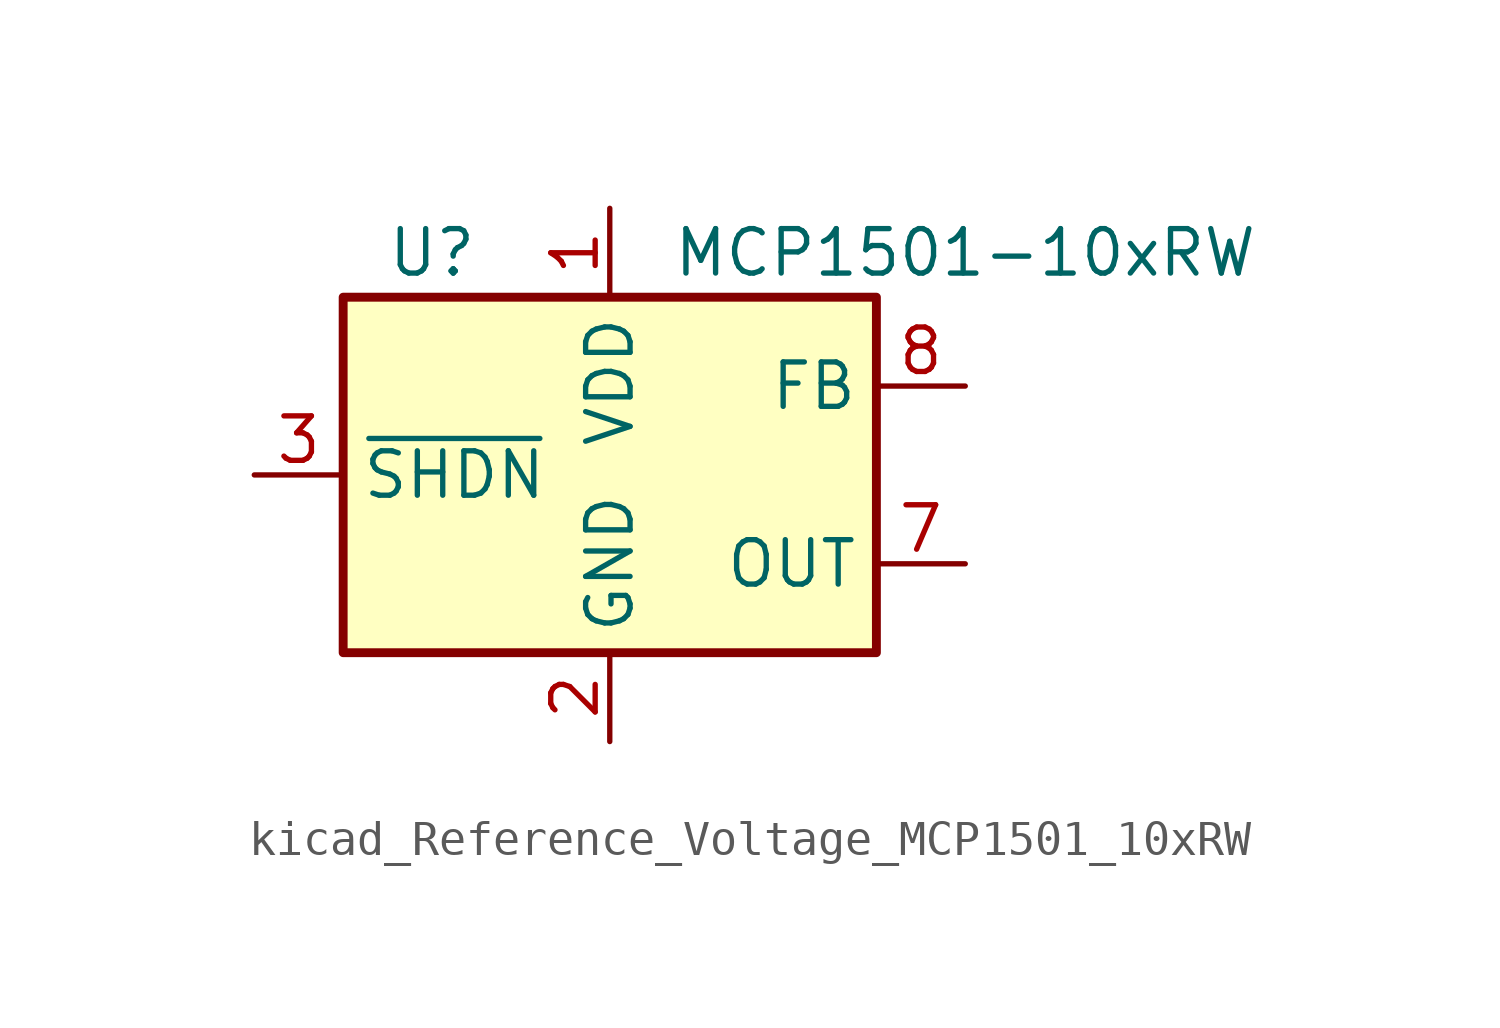
<source format=kicad_sym>
(kicad_symbol_lib
  (version 20220914)
  (generator kicad_symbol_editor)
  (symbol "kicad_Reference_Voltage_MCP1501_10xRW"
    (property "Reference" "U"
      (at -5.08 6.35 0)
      (effects (font (size 1.27 1.27))))
    (property "Value" "MCP1501-10xRW"
      (at 10.16 6.35 0)
      (effects (font (size 1.27 1.27))))
    (symbol "kicad_Reference_Voltage_MCP1501_10xRW_0_0"
      (pin power_in line (at 0 7.62 270) (length 2.54) (name "VDD" (effects (font (size 1.27 1.27)))) (number "1" (effects (font (size 1.27 1.27)))))
      (pin power_in line (at 0 -7.62 90) (length 2.54) (name "GND" (effects (font (size 1.27 1.27)))) (number "2" (effects (font (size 1.27 1.27)))))
      (pin input line (at -10.16 0 0) (length 2.54) (name "~{SHDN}" (effects (font (size 1.27 1.27)))) (number "3" (effects (font (size 1.27 1.27)))))
      (pin passive line (at 0 -7.62 90) (length 2.54) hide (name "GND" (effects (font (size 1.27 1.27)))) (number "4" (effects (font (size 1.27 1.27)))))
      (pin passive line (at 0 -7.62 90) (length 2.54) hide (name "GND" (effects (font (size 1.27 1.27)))) (number "5" (effects (font (size 1.27 1.27)))))
      (pin passive line (at 0 -7.62 90) (length 2.54) hide (name "GND" (effects (font (size 1.27 1.27)))) (number "6" (effects (font (size 1.27 1.27)))))
      (pin power_out line (at 10.16 -2.54 180) (length 2.54) (name "OUT" (effects (font (size 1.27 1.27)))) (number "7" (effects (font (size 1.27 1.27)))))
      (pin input line (at 10.16 2.54 180) (length 2.54) (name "FB" (effects (font (size 1.27 1.27)))) (number "8" (effects (font (size 1.27 1.27))))))
    (symbol "kicad_Reference_Voltage_MCP1501_10xRW_0_1"
      (rectangle (start -7.62 5.08) (end 7.62 -5.08) (stroke (width 0.254) (type default)) (fill (type background))))))
</source>
